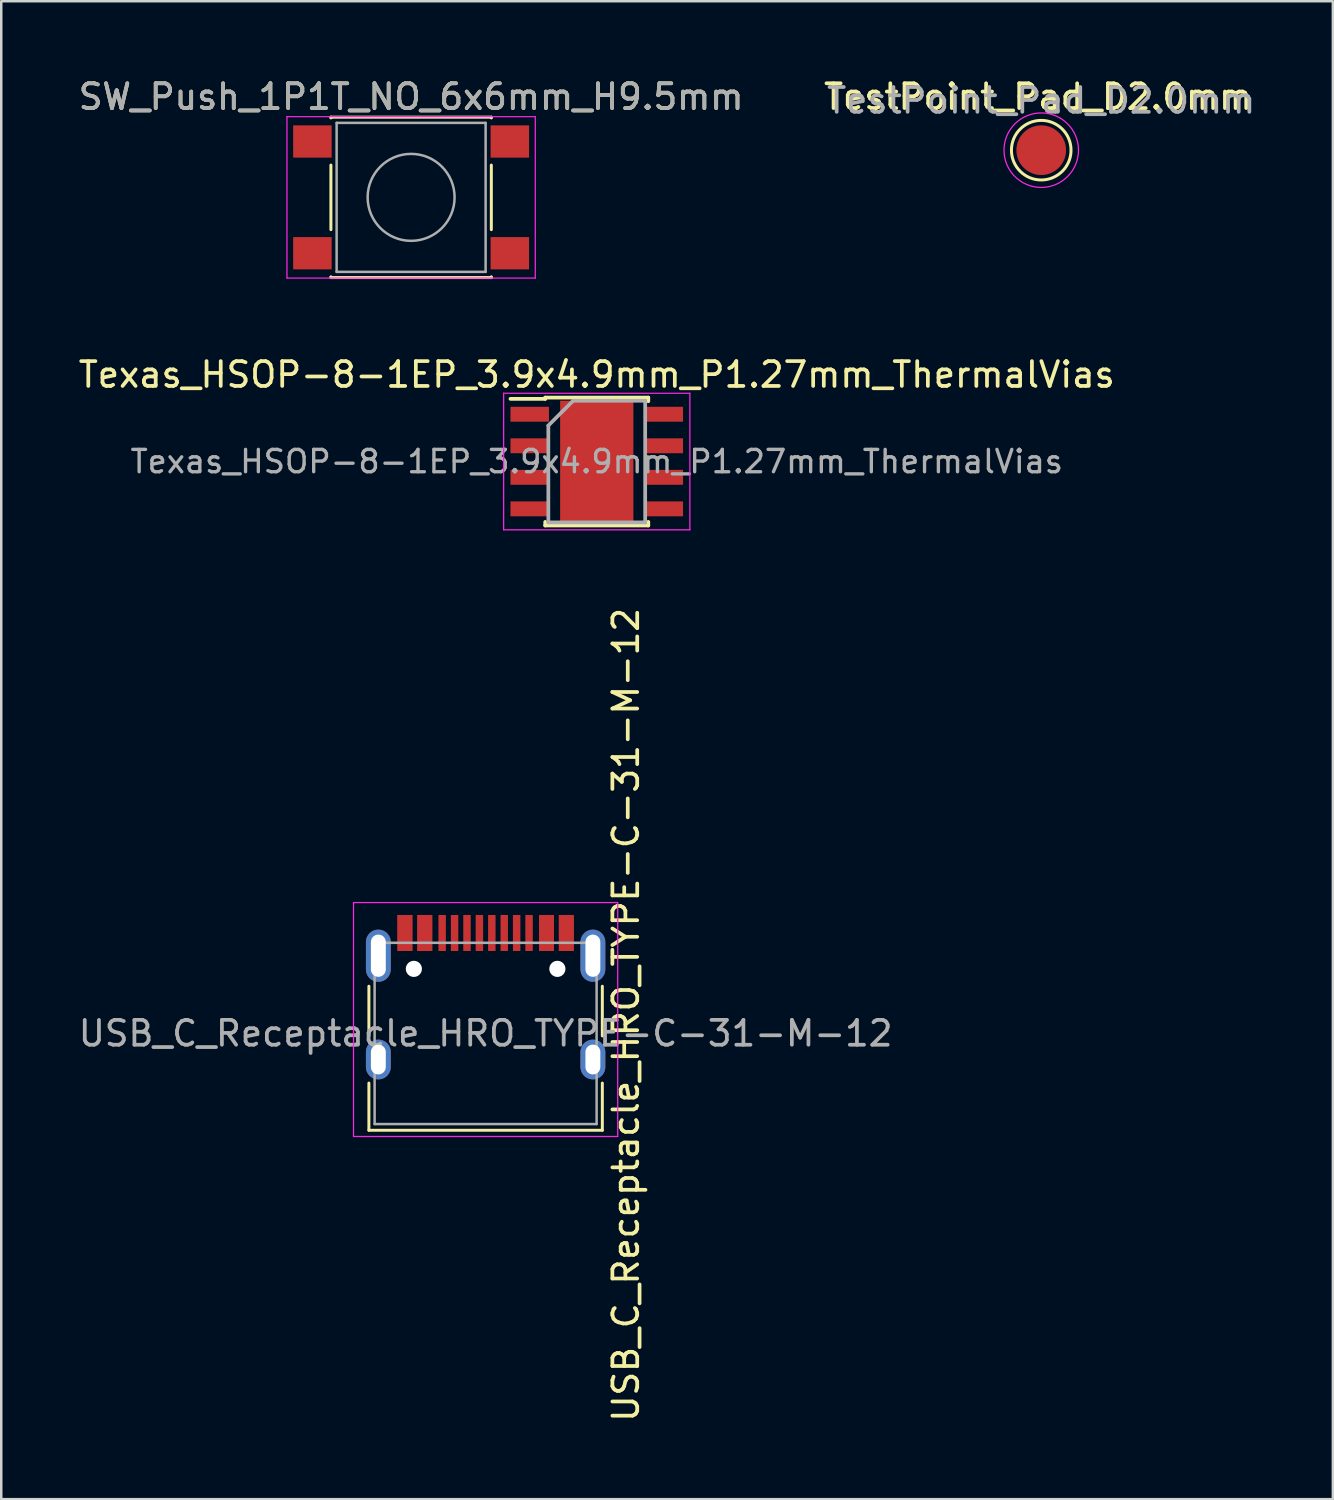
<source format=kicad_pcb>
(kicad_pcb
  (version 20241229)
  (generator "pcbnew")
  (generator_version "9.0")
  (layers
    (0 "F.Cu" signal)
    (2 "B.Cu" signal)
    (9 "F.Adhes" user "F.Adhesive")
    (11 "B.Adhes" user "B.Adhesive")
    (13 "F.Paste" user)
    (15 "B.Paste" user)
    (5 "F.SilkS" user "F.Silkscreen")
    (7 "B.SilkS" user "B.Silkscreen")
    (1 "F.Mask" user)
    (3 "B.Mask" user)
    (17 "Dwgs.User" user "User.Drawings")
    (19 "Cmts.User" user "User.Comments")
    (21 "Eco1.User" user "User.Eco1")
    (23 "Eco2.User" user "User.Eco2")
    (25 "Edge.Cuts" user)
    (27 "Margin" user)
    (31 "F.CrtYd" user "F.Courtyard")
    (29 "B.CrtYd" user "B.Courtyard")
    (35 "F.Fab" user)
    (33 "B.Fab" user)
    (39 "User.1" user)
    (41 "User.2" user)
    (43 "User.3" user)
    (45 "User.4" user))
  (footprint "USB_C_Receptacle_HRO_TYPE-C-31-M-12"
    (layer "F.Cu")
    (at 16.506 38.567)
    (property "Reference" "USB_C_Receptacle_HRO_TYPE-C-31-M-12" (at 5.65 -0.75 270) (layer "F.SilkS") (effects (font (size 1 1) (thickness 0.15))))
    (attr smd)
    (fp_line (start -4.7 -1.9) (end -4.7 0.1) (stroke (width 0.12) (type solid)) (layer "F.SilkS"))
    (fp_line (start -4.7 2) (end -4.7 3.9) (stroke (width 0.12) (type solid)) (layer "F.SilkS"))
    (fp_line (start -4.7 3.9) (end 4.7 3.9) (stroke (width 0.12) (type solid)) (layer "F.SilkS"))
    (fp_line (start 4.7 -1.9) (end 4.7 0.1) (stroke (width 0.12) (type solid)) (layer "F.SilkS"))
    (fp_line (start 4.7 2) (end 4.7 3.9) (stroke (width 0.12) (type solid)) (layer "F.SilkS"))
    (fp_line (start -5.32 -5.27) (end -5.32 4.15) (stroke (width 0.05) (type solid)) (layer "F.CrtYd"))
    (fp_line (start -5.32 -5.27) (end 5.32 -5.27) (stroke (width 0.05) (type solid)) (layer "F.CrtYd"))
    (fp_line (start -5.32 4.15) (end 5.32 4.15) (stroke (width 0.05) (type solid)) (layer "F.CrtYd"))
    (fp_line (start 5.32 -5.27) (end 5.32 4.15) (stroke (width 0.05) (type solid)) (layer "F.CrtYd"))
    (fp_line (start -4.47 -3.65) (end -4.47 3.65) (stroke (width 0.1) (type solid)) (layer "F.Fab"))
    (fp_line (start -4.47 -3.65) (end 4.47 -3.65) (stroke (width 0.1) (type solid)) (layer "F.Fab"))
    (fp_line (start -4.47 3.65) (end 4.47 3.65) (stroke (width 0.1) (type solid)) (layer "F.Fab"))
    (fp_line (start 4.47 -3.65) (end 4.47 3.65) (stroke (width 0.1) (type solid)) (layer "F.Fab"))
    (fp_text user "${REFERENCE}" (at 0 0 180) (layer "F.Fab") (effects (font (size 1 1) (thickness 0.15))))
    (pad "" np_thru_hole circle (at -2.89 -2.6) (size 0.65 0.65) (drill 0.65) (layers "*.Cu" "*.Mask"))
    (pad "" np_thru_hole circle (at 2.89 -2.6) (size 0.65 0.65) (drill 0.65) (layers "*.Cu" "*.Mask"))
    (pad "A1" smd rect (at -3.25 -4.045) (size 0.6 1.45) (layers "F.Cu" "F.Mask" "F.Paste"))
    (pad "A4" smd rect (at -2.45 -4.045) (size 0.6 1.45) (layers "F.Cu" "F.Mask" "F.Paste"))
    (pad "A5" smd rect (at -1.25 -4.045) (size 0.3 1.45) (layers "F.Cu" "F.Mask" "F.Paste"))
    (pad "A6" smd rect (at -0.25 -4.045) (size 0.3 1.45) (layers "F.Cu" "F.Mask" "F.Paste"))
    (pad "A7" smd rect (at 0.25 -4.045) (size 0.3 1.45) (layers "F.Cu" "F.Mask" "F.Paste"))
    (pad "A8" smd rect (at 1.25 -4.045) (size 0.3 1.45) (layers "F.Cu" "F.Mask" "F.Paste"))
    (pad "A9" smd rect (at 2.45 -4.045) (size 0.6 1.45) (layers "F.Cu" "F.Mask" "F.Paste"))
    (pad "A12" smd rect (at 3.25 -4.045) (size 0.6 1.45) (layers "F.Cu" "F.Mask" "F.Paste"))
    (pad "B1" smd rect (at 3.25 -4.045) (size 0.6 1.45) (layers "F.Cu" "F.Mask" "F.Paste"))
    (pad "B4" smd rect (at 2.45 -4.045) (size 0.6 1.45) (layers "F.Cu" "F.Mask" "F.Paste"))
    (pad "B5" smd rect (at 1.75 -4.045) (size 0.3 1.45) (layers "F.Cu" "F.Mask" "F.Paste"))
    (pad "B6" smd rect (at 0.75 -4.045) (size 0.3 1.45) (layers "F.Cu" "F.Mask" "F.Paste"))
    (pad "B7" smd rect (at -0.75 -4.045) (size 0.3 1.45) (layers "F.Cu" "F.Mask" "F.Paste"))
    (pad "B8" smd rect (at -1.75 -4.045) (size 0.3 1.45) (layers "F.Cu" "F.Mask" "F.Paste"))
    (pad "B9" smd rect (at -2.45 -4.045) (size 0.6 1.45) (layers "F.Cu" "F.Mask" "F.Paste"))
    (pad "B12" smd rect (at -3.25 -4.045) (size 0.6 1.45) (layers "F.Cu" "F.Mask" "F.Paste"))
    (pad "S1" thru_hole oval (at -4.32 -3.13) (size 1 2.1) (drill oval 0.6 1.7) (layers "*.Cu" "*.Mask"))
    (pad "S1" thru_hole oval (at -4.32 1.05) (size 1 1.6) (drill oval 0.6 1.2) (layers "*.Cu" "*.Mask"))
    (pad "S1" thru_hole oval (at 4.32 -3.13) (size 1 2.1) (drill oval 0.6 1.7) (layers "*.Cu" "*.Mask"))
    (pad "S1" thru_hole oval (at 4.32 1.05) (size 1 1.6) (drill oval 0.6 1.2) (layers "*.Cu" "*.Mask")))
  (footprint "TestPoint_Pad_D2.0mm"
    (layer "F.Cu")
    (at 38.881 2.998)
    (property "Reference" "TestPoint_Pad_D2.0mm" (at -0.125 -2.15 180) (layer "F.SilkS") (effects (font (size 1 1) (thickness 0.15))))
    (attr exclude_from_pos_files)
    (fp_circle (center 0 0) (end 0 1.2) (stroke (width 0.12) (type solid)) (fill no) (layer "F.SilkS"))
    (fp_circle (center 0 0) (end 1.5 0) (stroke (width 0.05) (type solid)) (fill no) (layer "F.CrtYd"))
    (fp_text user "${REFERENCE}" (at 0 -2 180) (layer "F.Fab") (effects (font (size 1 1) (thickness 0.15))))
    (pad "1" smd circle (at 0 0 180) (size 2 2) (layers "F.Cu" "F.Mask")))
  (footprint "SW_Push_1P1T_NO_6x6mm_H9.5mm"
    (layer "F.Cu")
    (at 13.506 4.898)
    (property "Reference" "SW_Push_1P1T_NO_6x6mm_H9.5mm" (at 0 -4.05 0) (layer "F.SilkS") (effects (font (size 1 1) (thickness 0.15))))
    (attr smd)
    (fp_line (start -3.23 -3.23) (end 3.23 -3.23) (stroke (width 0.12) (type solid)) (layer "F.SilkS"))
    (fp_line (start -3.23 -3.2) (end -3.23 -3.23) (stroke (width 0.12) (type solid)) (layer "F.SilkS"))
    (fp_line (start -3.23 -1.3) (end -3.23 1.3) (stroke (width 0.12) (type solid)) (layer "F.SilkS"))
    (fp_line (start -3.23 3.23) (end -3.23 3.2) (stroke (width 0.12) (type solid)) (layer "F.SilkS"))
    (fp_line (start -3.23 3.23) (end 3.23 3.23) (stroke (width 0.12) (type solid)) (layer "F.SilkS"))
    (fp_line (start 3.23 -3.23) (end 3.23 -3.2) (stroke (width 0.12) (type solid)) (layer "F.SilkS"))
    (fp_line (start 3.23 -1.3) (end 3.23 1.3) (stroke (width 0.12) (type solid)) (layer "F.SilkS"))
    (fp_line (start 3.23 3.23) (end 3.23 3.2) (stroke (width 0.12) (type solid)) (layer "F.SilkS"))
    (fp_line (start -5 -3.25) (end -5 3.25) (stroke (width 0.05) (type solid)) (layer "F.CrtYd"))
    (fp_line (start -5 -3.25) (end 5 -3.25) (stroke (width 0.05) (type solid)) (layer "F.CrtYd"))
    (fp_line (start -5 3.25) (end 5 3.25) (stroke (width 0.05) (type solid)) (layer "F.CrtYd"))
    (fp_line (start 5 3.25) (end 5 -3.25) (stroke (width 0.05) (type solid)) (layer "F.CrtYd"))
    (fp_line (start -3 -3) (end -3 3) (stroke (width 0.1) (type solid)) (layer "F.Fab"))
    (fp_line (start -3 3) (end 3 3) (stroke (width 0.1) (type solid)) (layer "F.Fab"))
    (fp_line (start 3 -3) (end -3 -3) (stroke (width 0.1) (type solid)) (layer "F.Fab"))
    (fp_line (start 3 3) (end 3 -3) (stroke (width 0.1) (type solid)) (layer "F.Fab"))
    (fp_circle (center 0 0) (end 1.75 -0.05) (stroke (width 0.1) (type solid)) (fill no) (layer "F.Fab"))
    (fp_text user "${REFERENCE}" (at 0 -4.05 0) (layer "F.Fab") (effects (font (size 1 1) (thickness 0.15))))
    (pad "1" smd rect (at -3.975 -2.25) (size 1.55 1.3) (layers "F.Cu" "F.Mask" "F.Paste"))
    (pad "1" smd rect (at 3.975 -2.25) (size 1.55 1.3) (layers "F.Cu" "F.Mask" "F.Paste"))
    (pad "2" smd rect (at -3.975 2.25) (size 1.55 1.3) (layers "F.Cu" "F.Mask" "F.Paste"))
    (pad "2" smd rect (at 3.975 2.25) (size 1.55 1.3) (layers "F.Cu" "F.Mask" "F.Paste")))
  (footprint "Texas_HSOP-8-1EP_3.9x4.9mm_P1.27mm_ThermalVias"
    (layer "F.Cu")
    (at 20.982 15.537)
    (property "Reference" "Texas_HSOP-8-1EP_3.9x4.9mm_P1.27mm_ThermalVias" (at 0 -3.5 0) (layer "F.SilkS") (effects (font (size 1 1) (thickness 0.15))))
    (attr smd)
    (fp_line (start -2.075 -2.575) (end -2.075 -2.525) (stroke (width 0.15) (type solid)) (layer "F.SilkS"))
    (fp_line (start -2.075 -2.575) (end 2.075 -2.575) (stroke (width 0.15) (type solid)) (layer "F.SilkS"))
    (fp_line (start -2.075 -2.525) (end -3.475 -2.525) (stroke (width 0.15) (type solid)) (layer "F.SilkS"))
    (fp_line (start -2.075 2.575) (end -2.075 2.43) (stroke (width 0.15) (type solid)) (layer "F.SilkS"))
    (fp_line (start -2.075 2.575) (end 2.075 2.575) (stroke (width 0.15) (type solid)) (layer "F.SilkS"))
    (fp_line (start 2.075 -2.575) (end 2.075 -2.43) (stroke (width 0.15) (type solid)) (layer "F.SilkS"))
    (fp_line (start 2.075 2.575) (end 2.075 2.43) (stroke (width 0.15) (type solid)) (layer "F.SilkS"))
    (fp_line (start -3.75 -2.75) (end -3.75 2.75) (stroke (width 0.05) (type solid)) (layer "F.CrtYd"))
    (fp_line (start -3.75 -2.75) (end 3.75 -2.75) (stroke (width 0.05) (type solid)) (layer "F.CrtYd"))
    (fp_line (start -3.75 2.75) (end 3.75 2.75) (stroke (width 0.05) (type solid)) (layer "F.CrtYd"))
    (fp_line (start 3.75 -2.75) (end 3.75 2.75) (stroke (width 0.05) (type solid)) (layer "F.CrtYd"))
    (fp_line (start -1.95 -1.45) (end -0.95 -2.45) (stroke (width 0.15) (type solid)) (layer "F.Fab"))
    (fp_line (start -1.95 2.45) (end -1.95 -1.45) (stroke (width 0.15) (type solid)) (layer "F.Fab"))
    (fp_line (start -0.95 -2.45) (end 1.95 -2.45) (stroke (width 0.15) (type solid)) (layer "F.Fab"))
    (fp_line (start 1.95 -2.45) (end 1.95 2.45) (stroke (width 0.15) (type solid)) (layer "F.Fab"))
    (fp_line (start 1.95 2.45) (end -1.95 2.45) (stroke (width 0.15) (type solid)) (layer "F.Fab"))
    (fp_text user "${REFERENCE}" (at 0 0 0) (layer "F.Fab") (effects (font (size 0.9 0.9) (thickness 0.135))))
    (pad "" smd rect (at 0 0 180) (size 2.6 3.1) (layers "F.Mask"))
    (pad "" smd rect (at 0 0 180) (size 2.6 3.1) (layers "F.Paste"))
    (pad "1" smd rect (at -2.7 -1.905 180) (size 1.55 0.6) (layers "F.Cu" "F.Mask" "F.Paste"))
    (pad "2" smd rect (at -2.7 -0.635 180) (size 1.55 0.6) (layers "F.Cu" "F.Mask" "F.Paste"))
    (pad "3" smd rect (at -2.7 0.635 180) (size 1.55 0.6) (layers "F.Cu" "F.Mask" "F.Paste"))
    (pad "4" smd rect (at -2.7 1.905 180) (size 1.55 0.6) (layers "F.Cu" "F.Mask" "F.Paste"))
    (pad "5" smd rect (at 2.7 1.905 180) (size 1.55 0.6) (layers "F.Cu" "F.Mask" "F.Paste"))
    (pad "6" smd rect (at 2.7 0.635 180) (size 1.55 0.6) (layers "F.Cu" "F.Mask" "F.Paste"))
    (pad "7" smd rect (at 2.7 -0.635 180) (size 1.55 0.6) (layers "F.Cu" "F.Mask" "F.Paste"))
    (pad "8" smd rect (at 2.7 -1.905 180) (size 1.55 0.6) (layers "F.Cu" "F.Mask" "F.Paste"))
    (pad "9" smd rect (at 0 0 180) (size 2.95 4.9) (layers "F.Cu")))
  (gr_rect
    (start -3 -3)
    (end 50.625 57.323)
    (stroke (width 0.1) (type default))
    (fill no)
    (layer "Edge.Cuts")))
</source>
